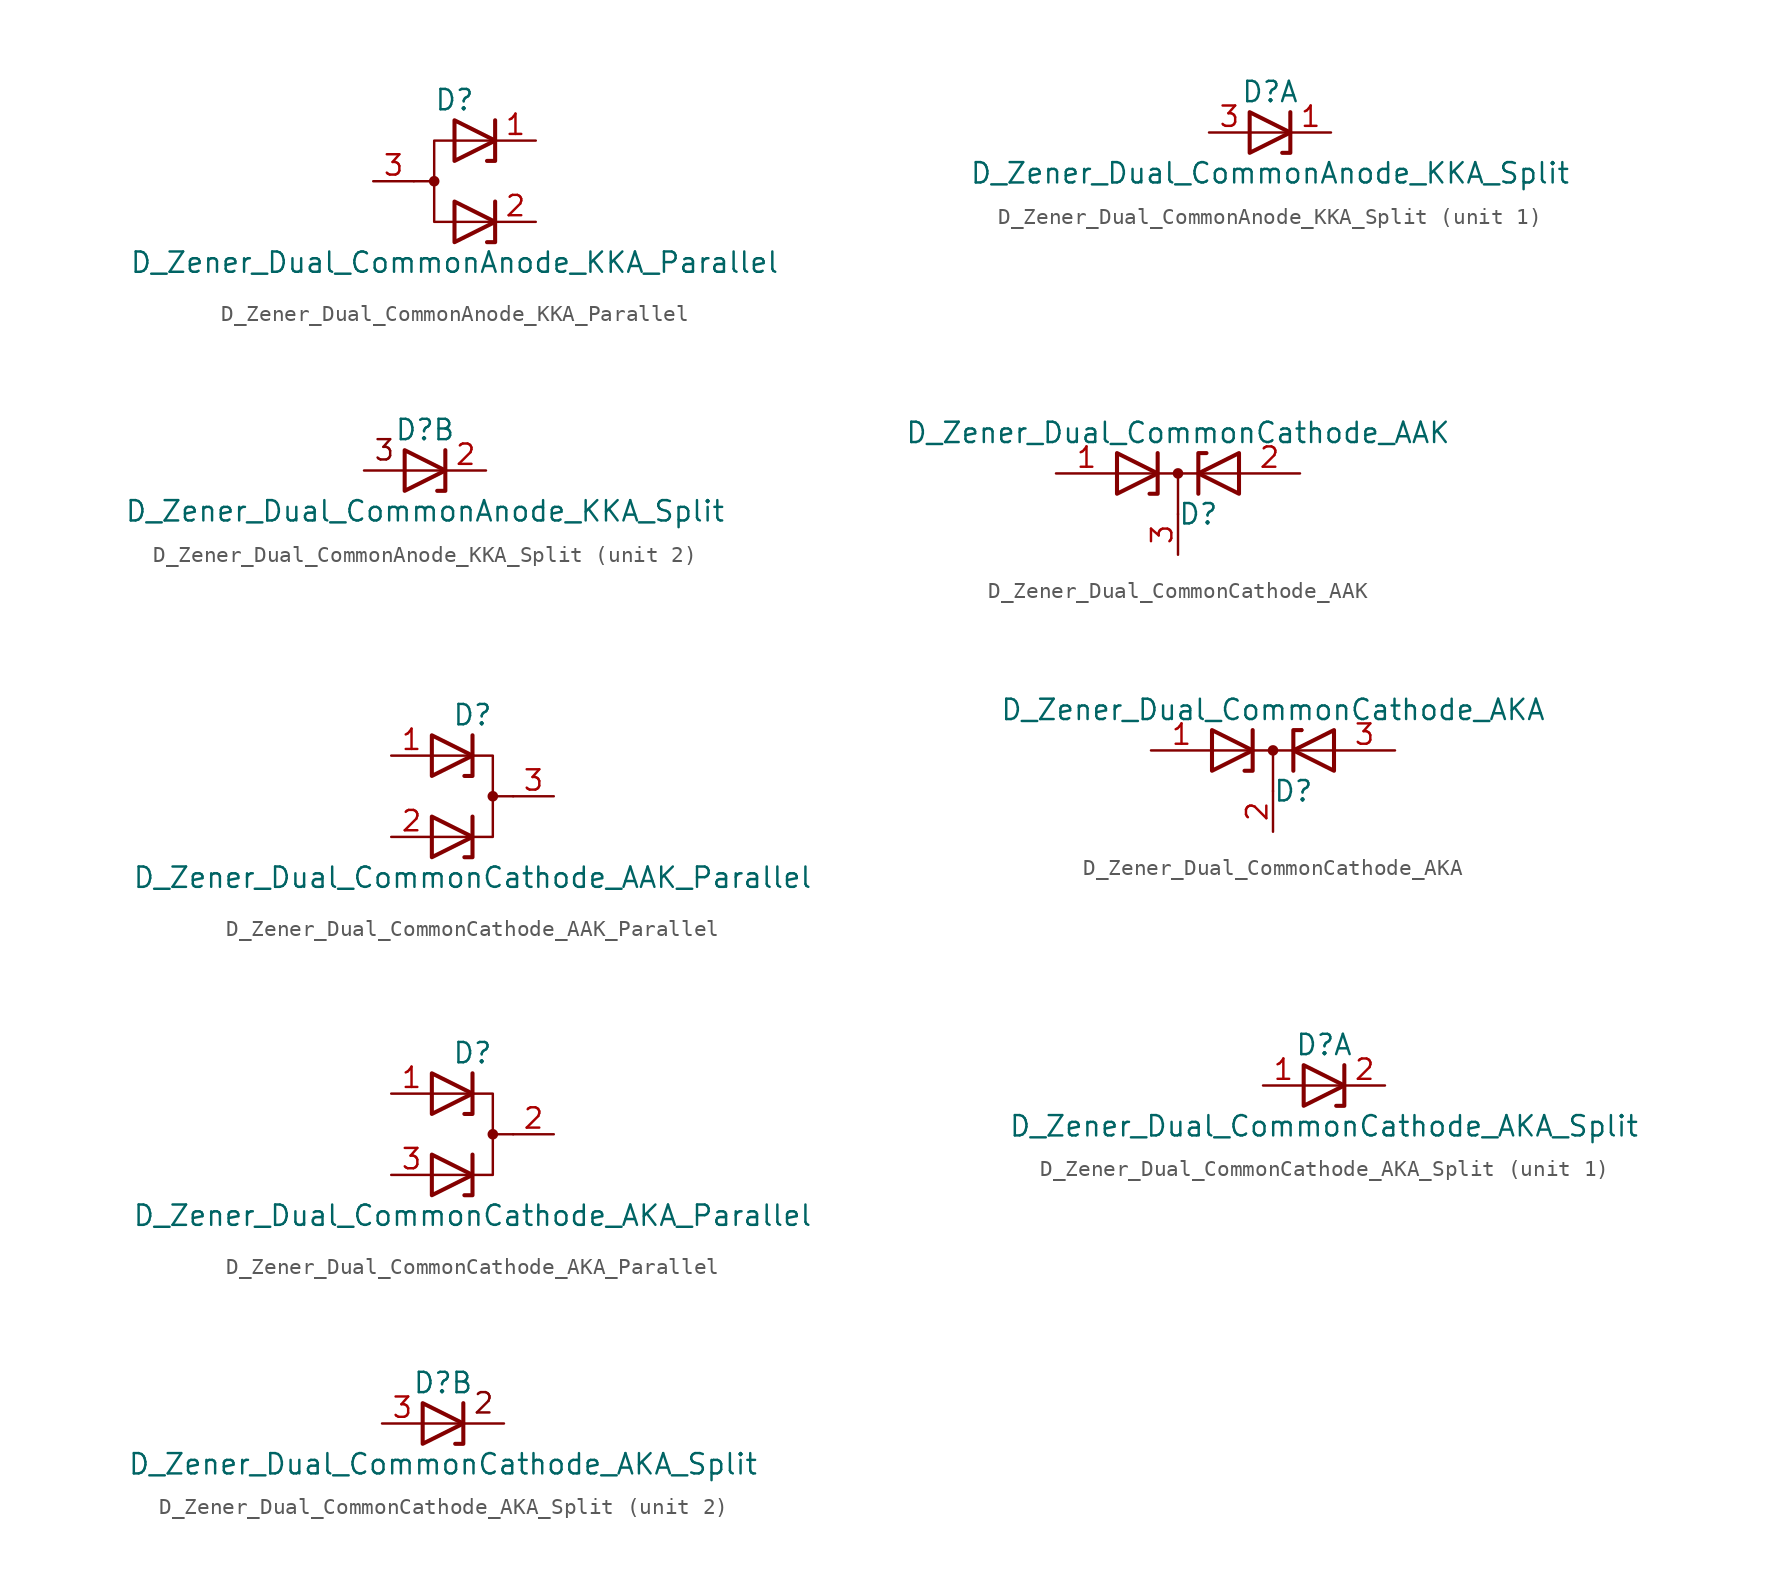
<source format=kicad_sym>
(kicad_symbol_lib
  (version 20211014)
  (generator kicad_symbol_editor)
  (symbol "D_Zener_Dual_CommonAnode_KKA_Parallel"
    (pin_names
      (offset 0.762) hide)
    (property "Reference" "D"
      (at 0 5.08 0)
      (effects (font (size 1.27 1.27))))
    (property "Value" "D_Zener_Dual_CommonAnode_KKA_Parallel"
      (at 0 -5.08 0)
      (effects (font (size 1.27 1.27))))
    (symbol "D_Zener_Dual_CommonAnode_KKA_Parallel_0_0"
      (polyline (pts (xy 2.032 1.27) (xy 2.54 1.27) (xy 2.54 3.81)) (stroke (width 0.254) (type default) (color 0 0 0 0)) (fill (type none)))
      (polyline (pts (xy 2.54 -1.27) (xy 2.54 -3.81) (xy 2.032 -3.81)) (stroke (width 0.254) (type default) (color 0 0 0 0)) (fill (type none))))
    (symbol "D_Zener_Dual_CommonAnode_KKA_Parallel_0_1"
      (circle (center -1.27 0) (radius 0.254) (stroke (width 0) (type default) (color 0 0 0 0)) (fill (type outline)))
      (polyline (pts (xy -1.27 0) (xy -2.54 0)) (stroke (width 0) (type default) (color 0 0 0 0)) (fill (type none)))
      (polyline (pts (xy 2.54 2.54) (xy -1.27 2.54) (xy -1.27 -2.54) (xy 2.54 -2.54)) (stroke (width 0) (type default) (color 0 0 0 0)) (fill (type none)))
      (polyline (pts (xy 0 -1.27) (xy 2.54 -2.54) (xy 0 -3.81) (xy 0 -1.27) (xy 0 -1.27) (xy 0 -1.27)) (stroke (width 0.254) (type default) (color 0 0 0 0)) (fill (type none)))
      (polyline (pts (xy 0 3.81) (xy 2.54 2.54) (xy 0 1.27) (xy 0 3.81) (xy 0 3.81) (xy 0 3.81)) (stroke (width 0.254) (type default) (color 0 0 0 0)) (fill (type none)))
      (pin passive line (at 5.08 2.54 180) (length 2.54) (name "K" (effects (font (size 1.27 1.27)))) (number "1" (effects (font (size 1.27 1.27)))))
      (pin passive line (at 5.08 -2.54 180) (length 2.54) (name "K" (effects (font (size 1.27 1.27)))) (number "2" (effects (font (size 1.27 1.27)))))
      (pin passive line (at -5.08 0 0) (length 2.54) (name "A" (effects (font (size 1.27 1.27)))) (number "3" (effects (font (size 1.27 1.27)))))))
  (symbol "D_Zener_Dual_CommonAnode_KKA_Split"
    (pin_names
      (offset 0.762) hide)
    (property "Reference" "D"
      (at 0 2.54 0)
      (effects (font (size 1.27 1.27))))
    (property "Value" "D_Zener_Dual_CommonAnode_KKA_Split"
      (at 0 -2.54 0)
      (effects (font (size 1.27 1.27))))
    (property "ki_locked" ""
      (at 0 0 0)
      (effects (font (size 1.27 1.27))))
    (symbol "D_Zener_Dual_CommonAnode_KKA_Split_0_0"
      (polyline (pts (xy 1.27 1.27) (xy 1.27 -1.27) (xy 0.762 -1.27)) (stroke (width 0.254) (type default) (color 0 0 0 0)) (fill (type none))))
    (symbol "D_Zener_Dual_CommonAnode_KKA_Split_0_1"
      (polyline (pts (xy -1.27 1.27) (xy 1.27 0) (xy -1.27 -1.27) (xy -1.27 1.27) (xy -1.27 1.27) (xy -1.27 1.27)) (stroke (width 0.254) (type default) (color 0 0 0 0)) (fill (type none))))
    (symbol "D_Zener_Dual_CommonAnode_KKA_Split_1_1"
      (polyline (pts (xy 1.27 0) (xy -1.27 0)) (stroke (width 0) (type default) (color 0 0 0 0)) (fill (type none)))
      (pin passive line (at 3.81 0 180) (length 2.54) (name "K" (effects (font (size 1.27 1.27)))) (number "1" (effects (font (size 1.27 1.27)))))
      (pin passive line (at -3.81 0 0) (length 2.54) (name "A" (effects (font (size 1.27 1.27)))) (number "3" (effects (font (size 1.27 1.27))))))
    (symbol "D_Zener_Dual_CommonAnode_KKA_Split_2_0"
      (polyline (pts (xy 1.27 0) (xy -3.81 0)) (stroke (width 0) (type default) (color 0 0 0 0)) (fill (type none)))
      (text "3" (at -2.54 1.27 0) (effects (font (size 1.27 1.27)))))
    (symbol "D_Zener_Dual_CommonAnode_KKA_Split_2_1"
      (pin passive line (at 3.81 0 180) (length 2.54) (name "K" (effects (font (size 1.27 1.27)))) (number "2" (effects (font (size 1.27 1.27)))))))
  (symbol "D_Zener_Dual_CommonCathode_AAK"
    (pin_names
      (offset 0.762) hide)
    (property "Reference" "D"
      (at 1.27 -2.54 0)
      (effects (font (size 1.27 1.27))))
    (property "Value" "D_Zener_Dual_CommonCathode_AAK"
      (at 0 2.54 0)
      (effects (font (size 1.27 1.27))))
    (symbol "D_Zener_Dual_CommonCathode_AAK_0_1"
      (polyline (pts (xy -3.81 0) (xy 3.81 0)) (stroke (width 0) (type default) (color 0 0 0 0)) (fill (type none)))
      (polyline (pts (xy 0 0) (xy 0 -2.54)) (stroke (width 0) (type default) (color 0 0 0 0)) (fill (type none)))
      (polyline (pts (xy -1.27 1.27) (xy -1.27 -1.27) (xy -1.778 -1.27)) (stroke (width 0.254) (type default) (color 0 0 0 0)) (fill (type none)))
      (polyline (pts (xy 1.27 -1.27) (xy 1.27 1.27) (xy 1.778 1.27)) (stroke (width 0.254) (type default) (color 0 0 0 0)) (fill (type none)))
      (polyline (pts (xy -3.81 1.27) (xy -1.27 0) (xy -3.81 -1.27) (xy -3.81 1.27) (xy -3.81 1.27) (xy -3.81 1.27)) (stroke (width 0.254) (type default) (color 0 0 0 0)) (fill (type none)))
      (polyline (pts (xy 3.81 -1.27) (xy 1.27 0) (xy 3.81 1.27) (xy 3.81 -1.27) (xy 3.81 -1.27) (xy 3.81 -1.27)) (stroke (width 0.254) (type default) (color 0 0 0 0)) (fill (type none)))
      (circle (center 0 0) (radius 0.254) (stroke (width 0) (type default) (color 0 0 0 0)) (fill (type outline)))
      (pin passive line (at -7.62 0 0) (length 3.81) (name "A" (effects (font (size 1.27 1.27)))) (number "1" (effects (font (size 1.27 1.27)))))
      (pin passive line (at 7.62 0 180) (length 3.81) (name "A" (effects (font (size 1.27 1.27)))) (number "2" (effects (font (size 1.27 1.27)))))
      (pin passive line (at 0 -5.08 90) (length 2.54) (name "K" (effects (font (size 1.27 1.27)))) (number "3" (effects (font (size 1.27 1.27)))))))
  (symbol "D_Zener_Dual_CommonCathode_AAK_Parallel"
    (pin_names
      (offset 0.762) hide)
    (property "Reference" "D"
      (at 0 5.08 0)
      (effects (font (size 1.27 1.27))))
    (property "Value" "D_Zener_Dual_CommonCathode_AAK_Parallel"
      (at 0 -5.08 0)
      (effects (font (size 1.27 1.27))))
    (symbol "D_Zener_Dual_CommonCathode_AAK_Parallel_0_0"
      (polyline (pts (xy 0 -1.27) (xy 0 -3.81) (xy -0.508 -3.81)) (stroke (width 0.254) (type default) (color 0 0 0 0)) (fill (type none)))
      (polyline (pts (xy 0 3.81) (xy 0 1.27) (xy -0.508 1.27)) (stroke (width 0.254) (type default) (color 0 0 0 0)) (fill (type none))))
    (symbol "D_Zener_Dual_CommonCathode_AAK_Parallel_0_1"
      (polyline (pts (xy 1.27 0) (xy 2.54 0)) (stroke (width 0) (type default) (color 0 0 0 0)) (fill (type none)))
      (polyline (pts (xy -2.54 -2.54) (xy 1.27 -2.54) (xy 1.27 2.54) (xy -2.54 2.54)) (stroke (width 0) (type default) (color 0 0 0 0)) (fill (type none)))
      (polyline (pts (xy -2.54 -1.27) (xy 0 -2.54) (xy -2.54 -3.81) (xy -2.54 -1.27) (xy -2.54 -1.27) (xy -2.54 -1.27)) (stroke (width 0.254) (type default) (color 0 0 0 0)) (fill (type none)))
      (polyline (pts (xy -2.54 3.81) (xy 0 2.54) (xy -2.54 1.27) (xy -2.54 3.81) (xy -2.54 3.81) (xy -2.54 3.81)) (stroke (width 0.254) (type default) (color 0 0 0 0)) (fill (type none)))
      (circle (center 1.27 0) (radius 0.254) (stroke (width 0) (type default) (color 0 0 0 0)) (fill (type outline)))
      (pin passive line (at -5.08 2.54 0) (length 2.54) (name "K" (effects (font (size 1.27 1.27)))) (number "1" (effects (font (size 1.27 1.27)))))
      (pin passive line (at -5.08 -2.54 0) (length 2.54) (name "K" (effects (font (size 1.27 1.27)))) (number "2" (effects (font (size 1.27 1.27)))))
      (pin passive line (at 5.08 0 180) (length 2.54) (name "A" (effects (font (size 1.27 1.27)))) (number "3" (effects (font (size 1.27 1.27)))))))
  (symbol "D_Zener_Dual_CommonCathode_AKA"
    (pin_names
      (offset 0.762) hide)
    (property "Reference" "D"
      (at 1.27 -2.54 0)
      (effects (font (size 1.27 1.27))))
    (property "Value" "D_Zener_Dual_CommonCathode_AKA"
      (at 0 2.54 0)
      (effects (font (size 1.27 1.27))))
    (symbol "D_Zener_Dual_CommonCathode_AKA_0_1"
      (polyline (pts (xy 0 0) (xy 0 -2.54)) (stroke (width 0) (type default) (color 0 0 0 0)) (fill (type none)))
      (polyline (pts (xy 1.778 1.27) (xy 1.778 1.27)) (stroke (width 0.254) (type default) (color 0 0 0 0)) (fill (type none)))
      (polyline (pts (xy 3.81 0) (xy -3.81 0)) (stroke (width 0) (type default) (color 0 0 0 0)) (fill (type none)))
      (polyline (pts (xy -1.778 -1.27) (xy -1.27 -1.27) (xy -1.27 1.27)) (stroke (width 0.254) (type default) (color 0 0 0 0)) (fill (type none)))
      (polyline (pts (xy 1.27 -1.27) (xy 1.27 1.27) (xy 1.778 1.27)) (stroke (width 0.254) (type default) (color 0 0 0 0)) (fill (type none)))
      (polyline (pts (xy -3.81 1.27) (xy -1.27 0) (xy -3.81 -1.27) (xy -3.81 1.27) (xy -3.81 1.27) (xy -3.81 1.27)) (stroke (width 0.254) (type default) (color 0 0 0 0)) (fill (type none)))
      (polyline (pts (xy 3.81 -1.27) (xy 1.27 0) (xy 3.81 1.27) (xy 3.81 -1.27) (xy 3.81 -1.27) (xy 3.81 -1.27)) (stroke (width 0.254) (type default) (color 0 0 0 0)) (fill (type none)))
      (circle (center 0 0) (radius 0.254) (stroke (width 0) (type default) (color 0 0 0 0)) (fill (type outline)))
      (pin passive line (at -7.62 0 0) (length 3.81) (name "A" (effects (font (size 1.27 1.27)))) (number "1" (effects (font (size 1.27 1.27)))))
      (pin passive line (at 0 -5.08 90) (length 2.54) (name "K" (effects (font (size 1.27 1.27)))) (number "2" (effects (font (size 1.27 1.27)))))
      (pin passive line (at 7.62 0 180) (length 3.81) (name "A" (effects (font (size 1.27 1.27)))) (number "3" (effects (font (size 1.27 1.27)))))))
  (symbol "D_Zener_Dual_CommonCathode_AKA_Parallel"
    (pin_names
      (offset 0.762) hide)
    (property "Reference" "D"
      (at 0 5.08 0)
      (effects (font (size 1.27 1.27))))
    (property "Value" "D_Zener_Dual_CommonCathode_AKA_Parallel"
      (at 0 -5.08 0)
      (effects (font (size 1.27 1.27))))
    (symbol "D_Zener_Dual_CommonCathode_AKA_Parallel_0_0"
      (polyline (pts (xy 0 -1.27) (xy 0 -3.81) (xy -0.508 -3.81)) (stroke (width 0.254) (type default) (color 0 0 0 0)) (fill (type none)))
      (polyline (pts (xy 0 3.81) (xy 0 1.27) (xy -0.508 1.27)) (stroke (width 0.254) (type default) (color 0 0 0 0)) (fill (type none))))
    (symbol "D_Zener_Dual_CommonCathode_AKA_Parallel_0_1"
      (polyline (pts (xy 1.27 0) (xy 2.54 0)) (stroke (width 0) (type default) (color 0 0 0 0)) (fill (type none)))
      (polyline (pts (xy -2.54 -2.54) (xy 1.27 -2.54) (xy 1.27 2.54) (xy -2.54 2.54)) (stroke (width 0) (type default) (color 0 0 0 0)) (fill (type none)))
      (polyline (pts (xy -2.54 -1.27) (xy 0 -2.54) (xy -2.54 -3.81) (xy -2.54 -1.27) (xy -2.54 -1.27) (xy -2.54 -1.27)) (stroke (width 0.254) (type default) (color 0 0 0 0)) (fill (type none)))
      (polyline (pts (xy -2.54 3.81) (xy 0 2.54) (xy -2.54 1.27) (xy -2.54 3.81) (xy -2.54 3.81) (xy -2.54 3.81)) (stroke (width 0.254) (type default) (color 0 0 0 0)) (fill (type none)))
      (circle (center 1.27 0) (radius 0.254) (stroke (width 0) (type default) (color 0 0 0 0)) (fill (type outline)))
      (pin passive line (at -5.08 2.54 0) (length 2.54) (name "K" (effects (font (size 1.27 1.27)))) (number "1" (effects (font (size 1.27 1.27)))))
      (pin passive line (at 5.08 0 180) (length 2.54) (name "A" (effects (font (size 1.27 1.27)))) (number "2" (effects (font (size 1.27 1.27)))))
      (pin passive line (at -5.08 -2.54 0) (length 2.54) (name "K" (effects (font (size 1.27 1.27)))) (number "3" (effects (font (size 1.27 1.27)))))))
  (symbol "D_Zener_Dual_CommonCathode_AKA_Split"
    (pin_names
      (offset 0.762) hide)
    (property "Reference" "D"
      (at 0 2.54 0)
      (effects (font (size 1.27 1.27))))
    (property "Value" "D_Zener_Dual_CommonCathode_AKA_Split"
      (at 0 -2.54 0)
      (effects (font (size 1.27 1.27))))
    (property "ki_locked" ""
      (at 0 0 0)
      (effects (font (size 1.27 1.27))))
    (symbol "D_Zener_Dual_CommonCathode_AKA_Split_0_0"
      (polyline (pts (xy 1.27 1.27) (xy 1.27 -1.27) (xy 0.762 -1.27)) (stroke (width 0.254) (type default) (color 0 0 0 0)) (fill (type none))))
    (symbol "D_Zener_Dual_CommonCathode_AKA_Split_0_1"
      (polyline (pts (xy -1.27 1.27) (xy 1.27 0) (xy -1.27 -1.27) (xy -1.27 1.27) (xy -1.27 1.27) (xy -1.27 1.27)) (stroke (width 0.254) (type default) (color 0 0 0 0)) (fill (type none))))
    (symbol "D_Zener_Dual_CommonCathode_AKA_Split_1_1"
      (polyline (pts (xy 1.27 0) (xy -1.27 0)) (stroke (width 0) (type default) (color 0 0 0 0)) (fill (type none)))
      (pin passive line (at -3.81 0 0) (length 2.54) (name "A" (effects (font (size 1.27 1.27)))) (number "1" (effects (font (size 1.27 1.27)))))
      (pin passive line (at 3.81 0 180) (length 2.54) (name "K" (effects (font (size 1.27 1.27)))) (number "2" (effects (font (size 1.27 1.27))))))
    (symbol "D_Zener_Dual_CommonCathode_AKA_Split_2_0"
      (polyline (pts (xy 3.81 0) (xy -1.27 0)) (stroke (width 0) (type default) (color 0 0 0 0)) (fill (type none)))
      (text "2" (at 2.54 1.27 0) (effects (font (size 1.27 1.27)))))
    (symbol "D_Zener_Dual_CommonCathode_AKA_Split_2_1"
      (pin passive line (at -3.81 0 0) (length 2.54) (name "K" (effects (font (size 1.27 1.27)))) (number "3" (effects (font (size 1.27 1.27))))))))
</source>
